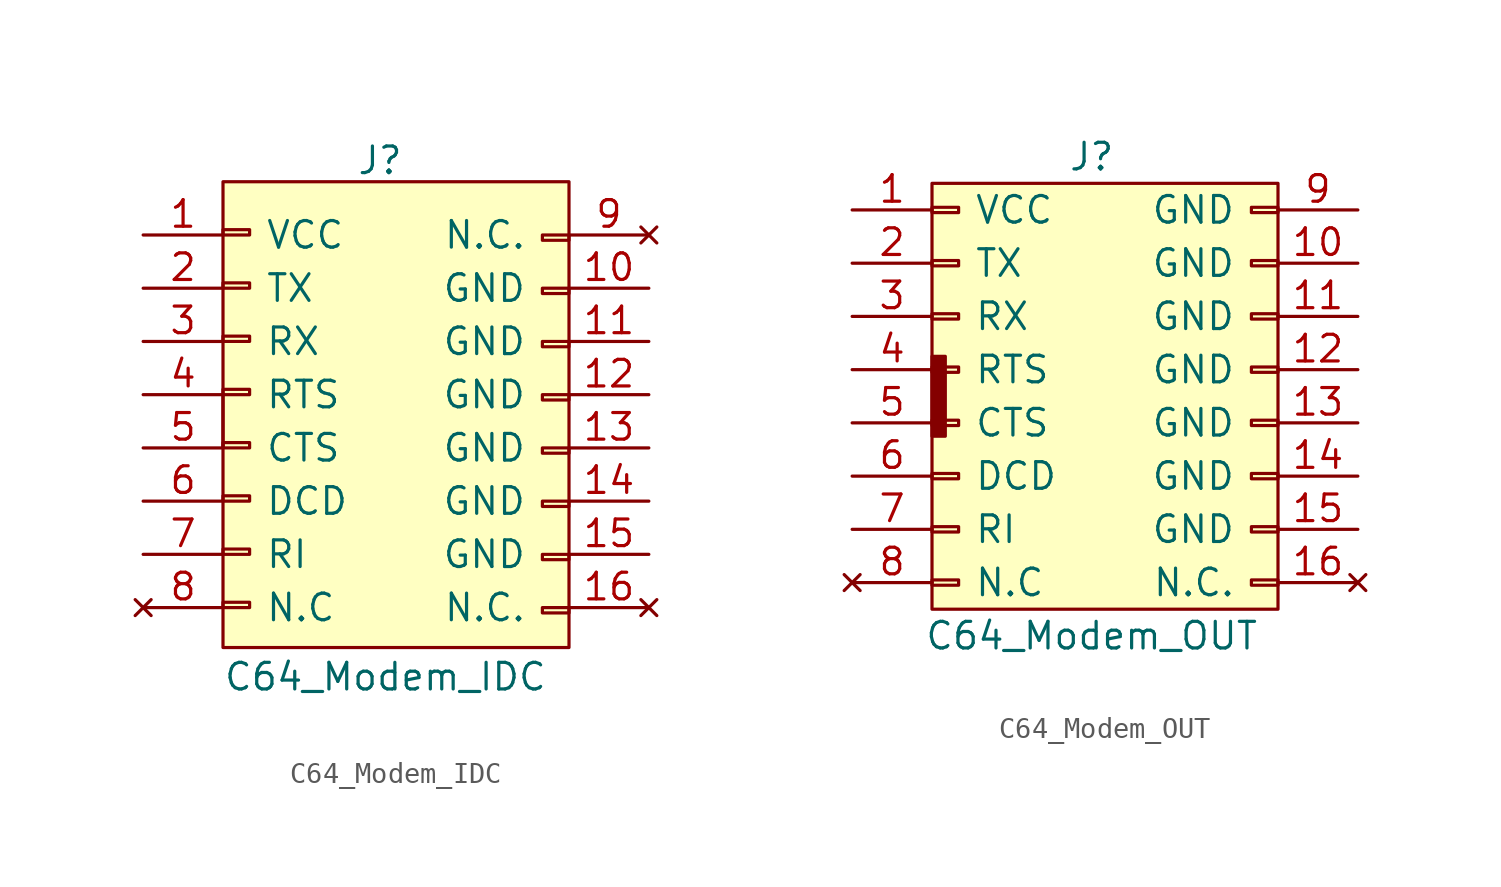
<source format=kicad_sym>
(kicad_symbol_lib
  (version 20231120)
  (generator "kicad_symbol_editor")
  (generator_version "8.0")
  (symbol "C64_Modem_IDC"
    (pin_names
      (offset 2.007))
    (property "Reference" "J"
      (at -0.762 3.556 0)
      (effects (font (size 1.27 1.27))))
    (property "Value" "C64_Modem_IDC"
      (at -0.508 -21.082 0)
      (effects (font (size 1.27 1.27))))
    (symbol "C64_Modem_IDC_0_1"
      (rectangle (start -8.255 -7.62) (end -8.255 -10.16) (stroke (width 0) (type solid)) (fill (type outline)))
      (rectangle (start -8.255 2.54) (end 8.255 -19.685) (stroke (width 0) (type solid)) (fill (type background))))
    (symbol "C64_Modem_IDC_1_1"
      (rectangle (start -8.255 -17.526) (end -6.985 -17.78) (stroke (width 0.152) (type solid)) (fill (type none)))
      (rectangle (start -8.255 -14.986) (end -6.985 -15.24) (stroke (width 0.152) (type solid)) (fill (type none)))
      (rectangle (start -8.255 -12.446) (end -6.985 -12.7) (stroke (width 0.152) (type solid)) (fill (type none)))
      (rectangle (start -8.255 -9.906) (end -6.985 -10.16) (stroke (width 0.152) (type solid)) (fill (type none)))
      (rectangle (start -8.255 -7.366) (end -6.985 -7.62) (stroke (width 0.152) (type solid)) (fill (type none)))
      (rectangle (start -8.255 -4.826) (end -6.985 -5.08) (stroke (width 0.152) (type solid)) (fill (type none)))
      (rectangle (start -8.255 -2.286) (end -6.985 -2.54) (stroke (width 0.152) (type solid)) (fill (type none)))
      (rectangle (start -8.255 0.254) (end -6.985 0) (stroke (width 0.152) (type solid)) (fill (type none)))
      (rectangle (start 8.255 -17.78) (end 6.985 -18.034) (stroke (width 0.152) (type solid)) (fill (type none)))
      (rectangle (start 8.255 -15.24) (end 6.985 -15.494) (stroke (width 0.152) (type solid)) (fill (type none)))
      (rectangle (start 8.255 -12.7) (end 6.985 -12.954) (stroke (width 0.152) (type solid)) (fill (type none)))
      (rectangle (start 8.255 -10.16) (end 6.985 -10.414) (stroke (width 0.152) (type solid)) (fill (type none)))
      (rectangle (start 8.255 -7.62) (end 6.985 -7.874) (stroke (width 0.152) (type solid)) (fill (type none)))
      (rectangle (start 8.255 -5.08) (end 6.985 -5.334) (stroke (width 0.152) (type solid)) (fill (type none)))
      (rectangle (start 8.255 -2.54) (end 6.985 -2.794) (stroke (width 0.152) (type solid)) (fill (type none)))
      (rectangle (start 8.255 0) (end 6.985 -0.254) (stroke (width 0.152) (type solid)) (fill (type none)))
      (pin power_out line (at -12.065 0 0) (length 3.81) (name "VCC" (effects (font (size 1.27 1.27)))) (number "1" (effects (font (size 1.27 1.27)))))
      (pin power_out line (at 12.065 -2.54 180) (length 3.81) (name "GND" (effects (font (size 1.27 1.27)))) (number "10" (effects (font (size 1.27 1.27)))))
      (pin passive line (at 12.065 -5.08 180) (length 3.81) (name "GND" (effects (font (size 1.27 1.27)))) (number "11" (effects (font (size 1.27 1.27)))))
      (pin passive line (at 12.065 -7.62 180) (length 3.81) (name "GND" (effects (font (size 1.27 1.27)))) (number "12" (effects (font (size 1.27 1.27)))))
      (pin passive line (at 12.065 -10.16 180) (length 3.81) (name "GND" (effects (font (size 1.27 1.27)))) (number "13" (effects (font (size 1.27 1.27)))))
      (pin passive line (at 12.065 -12.7 180) (length 3.81) (name "GND" (effects (font (size 1.27 1.27)))) (number "14" (effects (font (size 1.27 1.27)))))
      (pin passive line (at 12.065 -15.24 180) (length 3.81) (name "GND" (effects (font (size 1.27 1.27)))) (number "15" (effects (font (size 1.27 1.27)))))
      (pin no_connect line (at 12.065 -17.78 180) (length 3.81) (name "N.C." (effects (font (size 1.27 1.27)))) (number "16" (effects (font (size 1.27 1.27)))))
      (pin output line (at -12.065 -2.54 0) (length 3.81) (name "TX" (effects (font (size 1.27 1.27)))) (number "2" (effects (font (size 1.27 1.27)))))
      (pin input line (at -12.065 -5.08 0) (length 3.81) (name "RX" (effects (font (size 1.27 1.27)))) (number "3" (effects (font (size 1.27 1.27)))))
      (pin output line (at -12.065 -7.62 0) (length 3.81) (name "RTS" (effects (font (size 1.27 1.27)))) (number "4" (effects (font (size 1.27 1.27)))))
      (pin input line (at -12.065 -10.16 0) (length 3.81) (name "CTS" (effects (font (size 1.27 1.27)))) (number "5" (effects (font (size 1.27 1.27)))))
      (pin output line (at -12.065 -12.7 0) (length 3.81) (name "DCD" (effects (font (size 1.27 1.27)))) (number "6" (effects (font (size 1.27 1.27)))))
      (pin output line (at -12.065 -15.24 0) (length 3.81) (name "RI" (effects (font (size 1.27 1.27)))) (number "7" (effects (font (size 1.27 1.27)))))
      (pin no_connect line (at -12.065 -17.78 0) (length 3.81) (name "N.C" (effects (font (size 1.27 1.27)))) (number "8" (effects (font (size 1.27 1.27)))))
      (pin no_connect line (at 12.065 0 180) (length 3.81) (name "N.C." (effects (font (size 1.27 1.27)))) (number "9" (effects (font (size 1.27 1.27)))))))
  (symbol "C64_Modem_OUT"
    (pin_names
      (offset 2.007))
    (property "Reference" "J"
      (at 0 7.62 0)
      (effects (font (size 1.27 1.27))))
    (property "Value" "C64_Modem_OUT"
      (at 0 -15.24 0)
      (effects (font (size 1.27 1.27))))
    (symbol "C64_Modem_OUT_0_1"
      (rectangle (start -7.62 -1.905) (end -6.985 -5.715) (stroke (width 0) (type solid)) (fill (type outline)))
      (rectangle (start -7.62 6.35) (end 8.89 -13.97) (stroke (width 0) (type solid)) (fill (type background))))
    (symbol "C64_Modem_OUT_1_1"
      (rectangle (start -7.62 -12.573) (end -6.35 -12.827) (stroke (width 0.152) (type solid)) (fill (type none)))
      (rectangle (start -7.62 -10.033) (end -6.35 -10.287) (stroke (width 0.152) (type solid)) (fill (type none)))
      (rectangle (start -7.62 -7.493) (end -6.35 -7.747) (stroke (width 0.152) (type solid)) (fill (type none)))
      (rectangle (start -7.62 -4.953) (end -6.35 -5.207) (stroke (width 0.152) (type solid)) (fill (type none)))
      (rectangle (start -7.62 -2.413) (end -6.35 -2.667) (stroke (width 0.152) (type solid)) (fill (type none)))
      (rectangle (start -7.62 0.127) (end -6.35 -0.127) (stroke (width 0.152) (type solid)) (fill (type none)))
      (rectangle (start -7.62 2.667) (end -6.35 2.413) (stroke (width 0.152) (type solid)) (fill (type none)))
      (rectangle (start -7.62 5.207) (end -6.35 4.953) (stroke (width 0.152) (type solid)) (fill (type none)))
      (rectangle (start 8.89 -12.573) (end 7.62 -12.827) (stroke (width 0.152) (type solid)) (fill (type none)))
      (rectangle (start 8.89 -10.033) (end 7.62 -10.287) (stroke (width 0.152) (type solid)) (fill (type none)))
      (rectangle (start 8.89 -7.493) (end 7.62 -7.747) (stroke (width 0.152) (type solid)) (fill (type none)))
      (rectangle (start 8.89 -4.953) (end 7.62 -5.207) (stroke (width 0.152) (type solid)) (fill (type none)))
      (rectangle (start 8.89 -2.413) (end 7.62 -2.667) (stroke (width 0.152) (type solid)) (fill (type none)))
      (rectangle (start 8.89 0.127) (end 7.62 -0.127) (stroke (width 0.152) (type solid)) (fill (type none)))
      (rectangle (start 8.89 2.667) (end 7.62 2.413) (stroke (width 0.152) (type solid)) (fill (type none)))
      (rectangle (start 8.89 5.207) (end 7.62 4.953) (stroke (width 0.152) (type solid)) (fill (type none)))
      (pin power_in line (at -11.43 5.08 0) (length 3.81) (name "VCC" (effects (font (size 1.27 1.27)))) (number "1" (effects (font (size 1.27 1.27)))))
      (pin passive line (at 12.7 2.54 180) (length 3.81) (name "GND" (effects (font (size 1.27 1.27)))) (number "10" (effects (font (size 1.27 1.27)))))
      (pin passive line (at 12.7 0 180) (length 3.81) (name "GND" (effects (font (size 1.27 1.27)))) (number "11" (effects (font (size 1.27 1.27)))))
      (pin passive line (at 12.7 -2.54 180) (length 3.81) (name "GND" (effects (font (size 1.27 1.27)))) (number "12" (effects (font (size 1.27 1.27)))))
      (pin passive line (at 12.7 -5.08 180) (length 3.81) (name "GND" (effects (font (size 1.27 1.27)))) (number "13" (effects (font (size 1.27 1.27)))))
      (pin passive line (at 12.7 -7.62 180) (length 3.81) (name "GND" (effects (font (size 1.27 1.27)))) (number "14" (effects (font (size 1.27 1.27)))))
      (pin passive line (at 12.7 -10.16 180) (length 3.81) (name "GND" (effects (font (size 1.27 1.27)))) (number "15" (effects (font (size 1.27 1.27)))))
      (pin no_connect line (at 12.7 -12.7 180) (length 3.81) (name "N.C." (effects (font (size 1.27 1.27)))) (number "16" (effects (font (size 1.27 1.27)))))
      (pin input line (at -11.43 2.54 0) (length 3.81) (name "TX" (effects (font (size 1.27 1.27)))) (number "2" (effects (font (size 1.27 1.27)))))
      (pin output line (at -11.43 0 0) (length 3.81) (name "RX" (effects (font (size 1.27 1.27)))) (number "3" (effects (font (size 1.27 1.27)))))
      (pin input line (at -11.43 -2.54 0) (length 3.81) (name "RTS" (effects (font (size 1.27 1.27)))) (number "4" (effects (font (size 1.27 1.27)))))
      (pin output line (at -11.43 -5.08 0) (length 3.81) (name "CTS" (effects (font (size 1.27 1.27)))) (number "5" (effects (font (size 1.27 1.27)))))
      (pin input line (at -11.43 -7.62 0) (length 3.81) (name "DCD" (effects (font (size 1.27 1.27)))) (number "6" (effects (font (size 1.27 1.27)))))
      (pin input line (at -11.43 -10.16 0) (length 3.81) (name "RI" (effects (font (size 1.27 1.27)))) (number "7" (effects (font (size 1.27 1.27)))))
      (pin no_connect line (at -11.43 -12.7 0) (length 3.81) (name "N.C" (effects (font (size 1.27 1.27)))) (number "8" (effects (font (size 1.27 1.27)))))
      (pin power_in line (at 12.7 5.08 180) (length 3.81) (name "GND" (effects (font (size 1.27 1.27)))) (number "9" (effects (font (size 1.27 1.27))))))))
</source>
